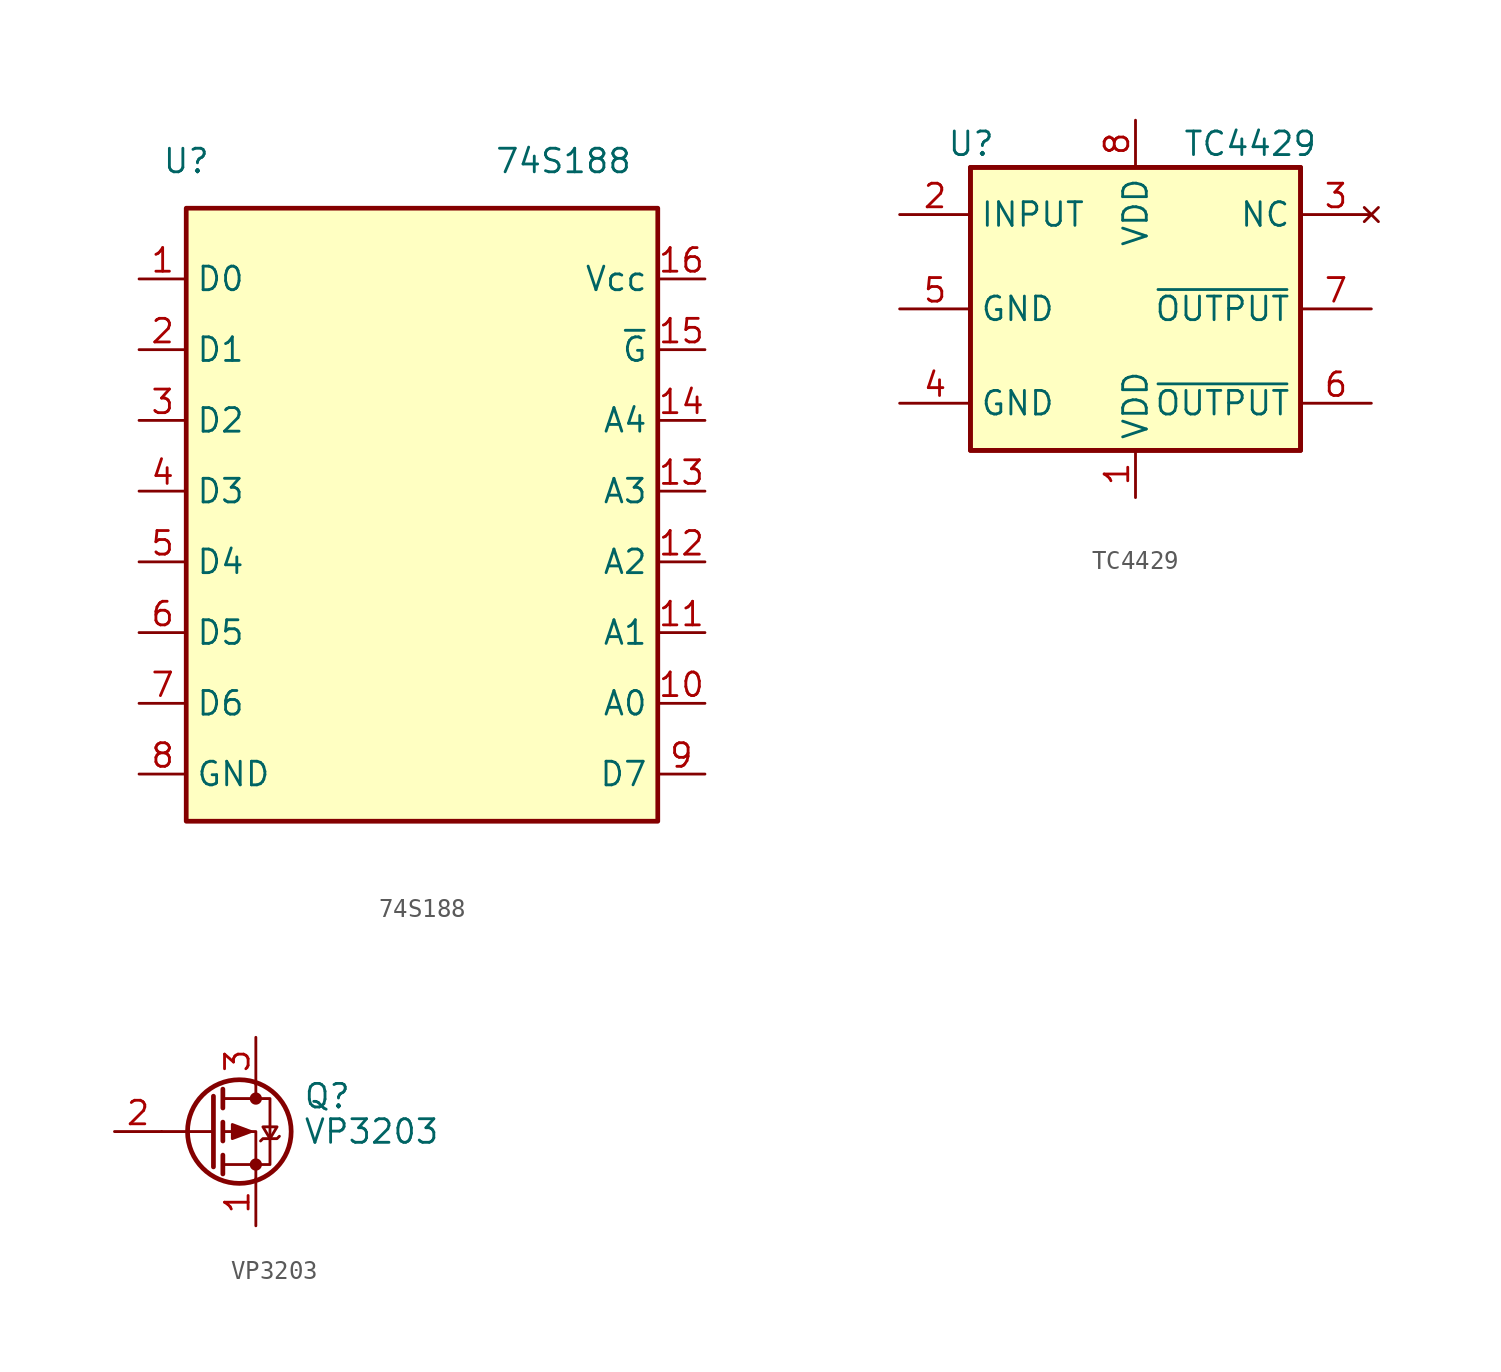
<source format=kicad_sym>
(kicad_symbol_lib
  (version 20241209)
  (generator "kicad_symbol_editor")
  (generator_version "9.0")
  (symbol "74S188"
    (property "Reference" "U"
      (at -12.7 17.78 0)
      (effects (font (size 1.27 1.27))))
    (property "Value" "74S188"
      (at 7.62 17.78 0)
      (effects (font (size 1.27 1.27))))
    (symbol "74S188_1_1"
      (rectangle (start -12.7 15.24) (end 12.7 -17.78) (stroke (width 0.254) (type default)) (fill (type background)))
      (pin bidirectional line (at -15.24 11.43 0) (length 2.54) (name "D0" (effects (font (size 1.27 1.27)))) (number "1" (effects (font (size 1.27 1.27)))))
      (pin bidirectional line (at -15.24 7.62 0) (length 2.54) (name "D1" (effects (font (size 1.27 1.27)))) (number "2" (effects (font (size 1.27 1.27)))))
      (pin bidirectional line (at -15.24 3.81 0) (length 2.54) (name "D2" (effects (font (size 1.27 1.27)))) (number "3" (effects (font (size 1.27 1.27)))))
      (pin bidirectional line (at -15.24 0 0) (length 2.54) (name "D3" (effects (font (size 1.27 1.27)))) (number "4" (effects (font (size 1.27 1.27)))))
      (pin bidirectional line (at -15.24 -3.81 0) (length 2.54) (name "D4" (effects (font (size 1.27 1.27)))) (number "5" (effects (font (size 1.27 1.27)))))
      (pin bidirectional line (at -15.24 -7.62 0) (length 2.54) (name "D5" (effects (font (size 1.27 1.27)))) (number "6" (effects (font (size 1.27 1.27)))))
      (pin bidirectional line (at -15.24 -11.43 0) (length 2.54) (name "D6" (effects (font (size 1.27 1.27)))) (number "7" (effects (font (size 1.27 1.27)))))
      (pin power_in line (at -15.24 -15.24 0) (length 2.54) (name "GND" (effects (font (size 1.27 1.27)))) (number "8" (effects (font (size 1.27 1.27)))))
      (pin power_in line (at 15.24 11.43 180) (length 2.54) (name "Vcc" (effects (font (size 1.27 1.27)))) (number "16" (effects (font (size 1.27 1.27)))))
      (pin input line (at 15.24 7.62 180) (length 2.54) (name "~{G}" (effects (font (size 1.27 1.27)))) (number "15" (effects (font (size 1.27 1.27)))))
      (pin input line (at 15.24 3.81 180) (length 2.54) (name "A4" (effects (font (size 1.27 1.27)))) (number "14" (effects (font (size 1.27 1.27)))))
      (pin input line (at 15.24 0 180) (length 2.54) (name "A3" (effects (font (size 1.27 1.27)))) (number "13" (effects (font (size 1.27 1.27)))))
      (pin input line (at 15.24 -3.81 180) (length 2.54) (name "A2" (effects (font (size 1.27 1.27)))) (number "12" (effects (font (size 1.27 1.27)))))
      (pin input line (at 15.24 -7.62 180) (length 2.54) (name "A1" (effects (font (size 1.27 1.27)))) (number "11" (effects (font (size 1.27 1.27)))))
      (pin input line (at 15.24 -11.43 180) (length 2.54) (name "A0" (effects (font (size 1.27 1.27)))) (number "10" (effects (font (size 1.27 1.27)))))
      (pin bidirectional line (at 15.24 -15.24 180) (length 2.54) (name "D7" (effects (font (size 1.27 1.27)))) (number "9" (effects (font (size 1.27 1.27)))))))
  (symbol "TC4429"
    (property "Reference" "U"
      (at -10.16 8.89 0)
      (effects (font (size 1.27 1.27)) (justify left)))
    (property "Value" "TC4429"
      (at 2.54 8.89 0)
      (effects (font (size 1.27 1.27)) (justify left)))
    (symbol "TC4429_0_1"
      (rectangle (start -8.89 -7.62) (end 8.89 7.62) (stroke (width 0.254) (type default)) (fill (type background)))
      (rectangle (start -8.89 -7.62) (end 8.89 7.62) (stroke (width 0.254) (type default)) (fill (type background))))
    (symbol "TC4429_1_0"
      (pin power_in line (at 0 10.16 270) (length 2.54) (name "VDD" (effects (font (size 1.27 1.27)))) (number "8" (effects (font (size 1.27 1.27)))))
      (pin power_in line (at 0 -10.16 90) (length 2.54) (name "VDD" (effects (font (size 1.27 1.27)))) (number "1" (effects (font (size 1.27 1.27))))))
    (symbol "TC4429_1_1"
      (pin input line (at -12.7 5.08 0) (length 3.81) (name "INPUT" (effects (font (size 1.27 1.27)))) (number "2" (effects (font (size 1.27 1.27)))))
      (pin power_in line (at -12.7 0 0) (length 3.81) (name "GND" (effects (font (size 1.27 1.27)))) (number "5" (effects (font (size 1.27 1.27)))))
      (pin power_in line (at -12.7 -5.08 0) (length 3.81) (name "GND" (effects (font (size 1.27 1.27)))) (number "4" (effects (font (size 1.27 1.27)))))
      (pin no_connect line (at 12.7 5.08 180) (length 3.81) (name "NC" (effects (font (size 1.27 1.27)))) (number "3" (effects (font (size 1.27 1.27)))))
      (pin output line (at 12.7 0 180) (length 3.81) (name "~{OUTPUT}" (effects (font (size 1.27 1.27)))) (number "7" (effects (font (size 1.27 1.27)))))
      (pin output line (at 12.7 -5.08 180) (length 3.81) (name "~{OUTPUT}" (effects (font (size 1.27 1.27)))) (number "6" (effects (font (size 1.27 1.27)))))))
  (symbol "VP3203"
    (pin_names
      (hide yes))
    (property "Reference" "Q"
      (at 5.08 1.905 0)
      (effects (font (size 1.27 1.27)) (justify left)))
    (property "Value" "VP3203"
      (at 5.08 0 0)
      (effects (font (size 1.27 1.27)) (justify left)))
    (symbol "VP3203_0_1"
      (polyline (pts (xy 0.254 1.905) (xy 0.254 -1.905)) (stroke (width 0.254) (type default)) (fill (type none)))
      (polyline (pts (xy 0.254 0) (xy -2.54 0)) (stroke (width 0) (type default)) (fill (type none)))
      (polyline (pts (xy 0.762 2.286) (xy 0.762 1.27)) (stroke (width 0.254) (type default)) (fill (type none)))
      (polyline (pts (xy 0.762 1.778) (xy 3.302 1.778) (xy 3.302 -1.778) (xy 0.762 -1.778)) (stroke (width 0) (type default)) (fill (type none)))
      (polyline (pts (xy 0.762 0.508) (xy 0.762 -0.508)) (stroke (width 0.254) (type default)) (fill (type none)))
      (polyline (pts (xy 0.762 -1.27) (xy 0.762 -2.286)) (stroke (width 0.254) (type default)) (fill (type none)))
      (circle (center 1.651 0) (radius 2.794) (stroke (width 0.254) (type default)) (fill (type none)))
      (polyline (pts (xy 2.286 0) (xy 1.27 0.381) (xy 1.27 -0.381) (xy 2.286 0)) (stroke (width 0) (type default)) (fill (type outline)))
      (polyline (pts (xy 2.54 2.54) (xy 2.54 1.778)) (stroke (width 0) (type default)) (fill (type none)))
      (circle (center 2.54 1.778) (radius 0.254) (stroke (width 0) (type default)) (fill (type outline)))
      (circle (center 2.54 -1.778) (radius 0.254) (stroke (width 0) (type default)) (fill (type outline)))
      (polyline (pts (xy 2.54 -2.54) (xy 2.54 0) (xy 0.762 0)) (stroke (width 0) (type default)) (fill (type none)))
      (polyline (pts (xy 2.794 -0.508) (xy 2.921 -0.381) (xy 3.683 -0.381) (xy 3.81 -0.254)) (stroke (width 0) (type default)) (fill (type none)))
      (polyline (pts (xy 3.302 -0.381) (xy 2.921 0.254) (xy 3.683 0.254) (xy 3.302 -0.381)) (stroke (width 0) (type default)) (fill (type none))))
    (symbol "VP3203_1_1"
      (pin input line (at -5.08 0 0) (length 2.54) (name "G" (effects (font (size 1.27 1.27)))) (number "2" (effects (font (size 1.27 1.27)))))
      (pin passive line (at 2.54 5.08 270) (length 2.54) (name "D" (effects (font (size 1.27 1.27)))) (number "3" (effects (font (size 1.27 1.27)))))
      (pin passive line (at 2.54 -5.08 90) (length 2.54) (name "S" (effects (font (size 1.27 1.27)))) (number "1" (effects (font (size 1.27 1.27))))))))
</source>
